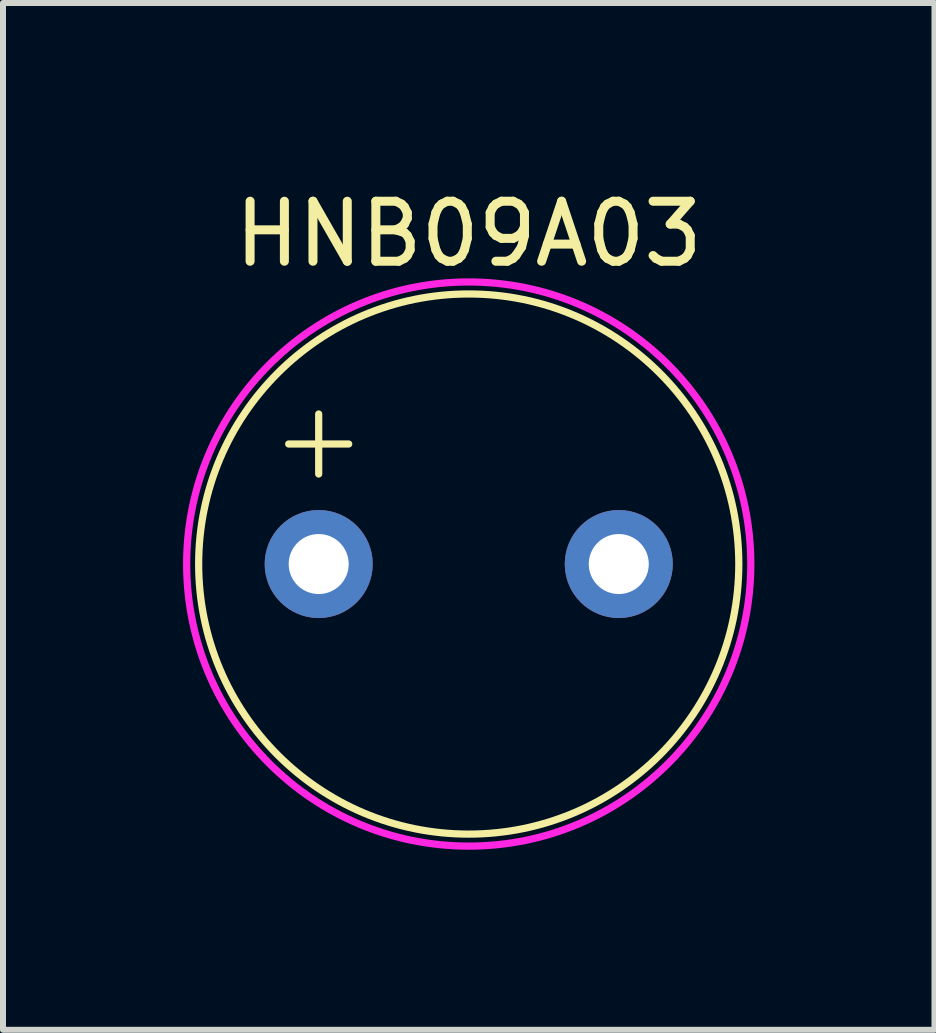
<source format=kicad_pcb>
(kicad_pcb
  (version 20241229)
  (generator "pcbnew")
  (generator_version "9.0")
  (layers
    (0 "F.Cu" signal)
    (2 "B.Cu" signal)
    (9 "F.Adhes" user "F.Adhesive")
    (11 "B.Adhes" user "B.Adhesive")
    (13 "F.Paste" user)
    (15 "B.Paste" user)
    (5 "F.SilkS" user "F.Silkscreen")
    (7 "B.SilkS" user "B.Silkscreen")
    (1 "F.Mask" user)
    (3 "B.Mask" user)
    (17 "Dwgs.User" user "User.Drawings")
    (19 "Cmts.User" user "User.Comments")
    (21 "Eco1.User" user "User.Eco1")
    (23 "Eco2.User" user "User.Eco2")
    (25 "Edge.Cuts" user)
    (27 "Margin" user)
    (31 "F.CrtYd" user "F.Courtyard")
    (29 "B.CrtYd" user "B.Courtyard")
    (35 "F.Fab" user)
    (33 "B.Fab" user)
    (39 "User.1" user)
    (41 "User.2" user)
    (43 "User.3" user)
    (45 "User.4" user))
  (footprint "HNB09A03"
    (layer "F.Cu")
    (at 4.76 6.348)
    (property "Reference" "HNB09A03" (at 0 -5.5 0) (layer "F.SilkS") (effects (font (size 1 1) (thickness 0.15))))
    (attr through_hole)
    (fp_line (start -3 -2) (end -2 -2) (stroke (width 0.12) (type solid)) (layer "F.SilkS"))
    (fp_line (start -2.5 -1.5) (end -2.5 -2.5) (stroke (width 0.12) (type solid)) (layer "F.SilkS"))
    (fp_circle (center 0 0) (end 4.5 0) (stroke (width 0.12) (type solid)) (fill no) (layer "F.SilkS"))
    (fp_circle (center 0 0) (end 4.7 0) (stroke (width 0.12) (type solid)) (fill no) (layer "F.CrtYd"))
    (pad "1" thru_hole circle (at -2.5 0) (size 1.8 1.8) (drill 1) (layers "*.Cu" "*.Mask"))
    (pad "2" thru_hole circle (at 2.5 0) (size 1.8 1.8) (drill 1) (layers "*.Cu" "*.Mask")))
  (gr_rect
    (start -3 -3)
    (end 12.52 14.108)
    (stroke (width 0.1) (type default))
    (fill no)
    (layer "Edge.Cuts")))
</source>
